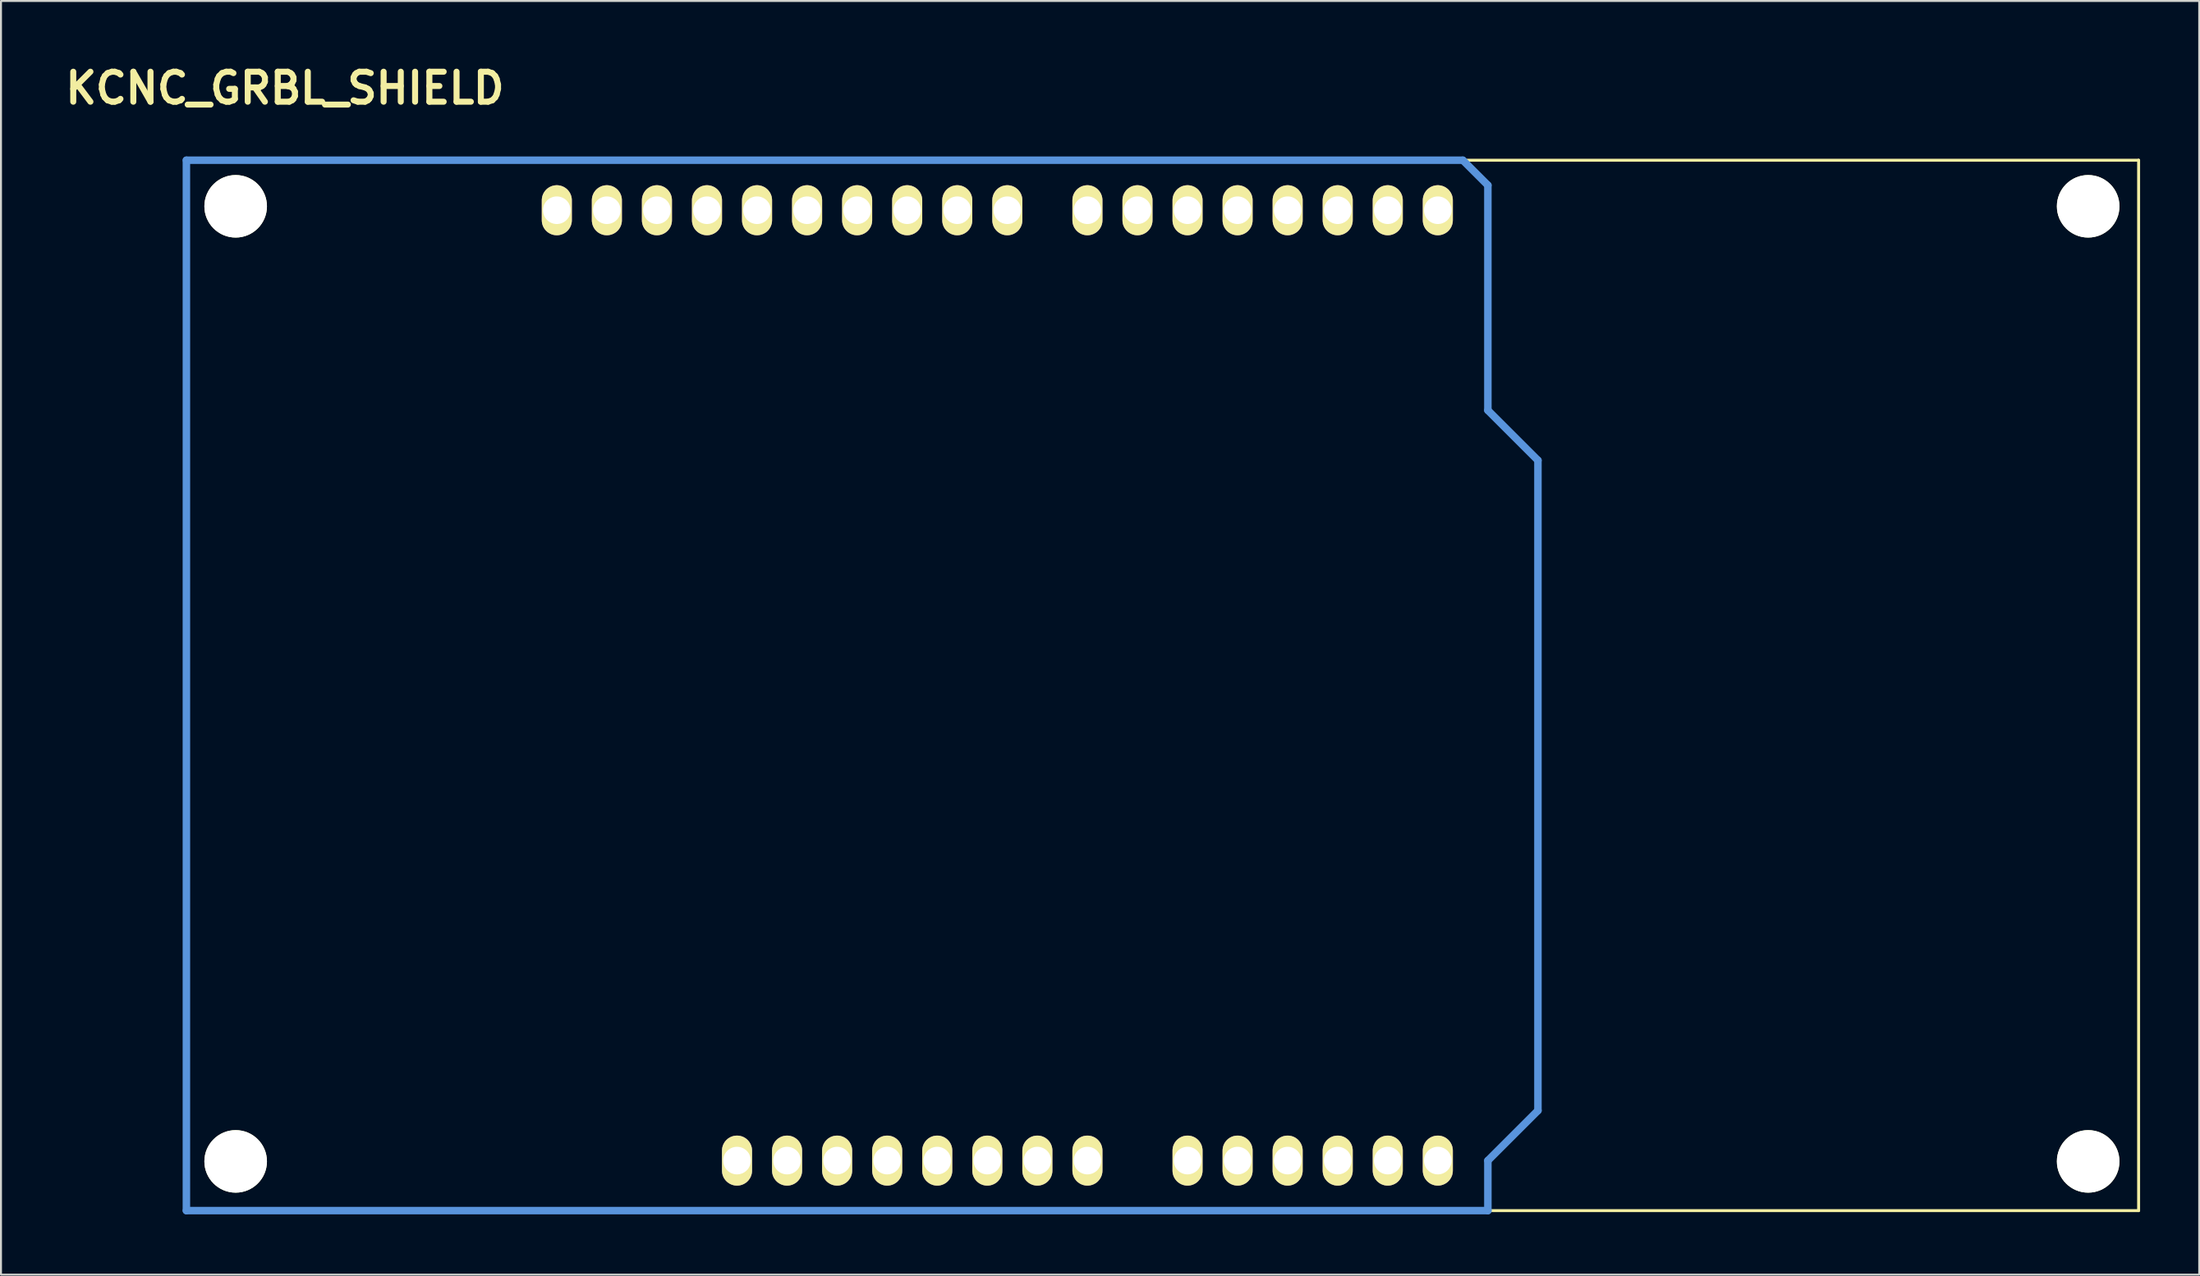
<source format=kicad_pcb>
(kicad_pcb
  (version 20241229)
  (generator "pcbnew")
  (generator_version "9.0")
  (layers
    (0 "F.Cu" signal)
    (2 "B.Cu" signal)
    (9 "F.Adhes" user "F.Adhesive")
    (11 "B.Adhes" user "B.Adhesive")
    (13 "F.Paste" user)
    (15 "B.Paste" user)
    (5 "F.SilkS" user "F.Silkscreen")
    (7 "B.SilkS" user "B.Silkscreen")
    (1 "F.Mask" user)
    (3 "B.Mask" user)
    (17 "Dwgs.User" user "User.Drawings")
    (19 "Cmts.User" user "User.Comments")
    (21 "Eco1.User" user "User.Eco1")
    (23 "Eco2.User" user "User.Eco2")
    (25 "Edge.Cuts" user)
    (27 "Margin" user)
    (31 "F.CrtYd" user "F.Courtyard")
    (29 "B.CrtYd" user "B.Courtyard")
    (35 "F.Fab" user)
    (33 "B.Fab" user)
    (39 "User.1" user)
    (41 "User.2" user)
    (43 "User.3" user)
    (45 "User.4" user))
  (footprint "KCNC_GRBL_SHIELD"
    (layer "F.Cu")
    (at 6.408 58.426)
    (property "Reference" "KCNC_GRBL_SHIELD" (at 5 -57 0) (layer "F.SilkS") (effects (font (size 1.524 1.524) (thickness 0.305))))
    (attr through_hole)
    (fp_line (start 0 -53.34) (end 0 0) (stroke (width 0.15) (type solid)) (layer "F.SilkS"))
    (fp_line (start 0 0) (end 99.06 0) (stroke (width 0.15) (type solid)) (layer "F.SilkS"))
    (fp_line (start 99.06 -53.34) (end 0 -53.34) (stroke (width 0.15) (type solid)) (layer "F.SilkS"))
    (fp_line (start 99.06 0) (end 99.06 -53.34) (stroke (width 0.15) (type solid)) (layer "F.SilkS"))
    (fp_line (start 0 0) (end 0 -53.34) (stroke (width 0.381) (type solid)) (layer "Cmts.User"))
    (fp_line (start 64.77 -53.34) (end 0 -53.34) (stroke (width 0.381) (type solid)) (layer "Cmts.User"))
    (fp_line (start 66.04 -52.07) (end 64.77 -53.34) (stroke (width 0.381) (type solid)) (layer "Cmts.User"))
    (fp_line (start 66.04 -40.64) (end 66.04 -52.07) (stroke (width 0.381) (type solid)) (layer "Cmts.User"))
    (fp_line (start 66.04 -40.64) (end 68.58 -38.1) (stroke (width 0.381) (type solid)) (layer "Cmts.User"))
    (fp_line (start 66.04 -2.54) (end 66.04 0) (stroke (width 0.381) (type solid)) (layer "Cmts.User"))
    (fp_line (start 66.04 0) (end 0 0) (stroke (width 0.381) (type solid)) (layer "Cmts.User"))
    (fp_line (start 68.58 -38.1) (end 68.58 -5.08) (stroke (width 0.381) (type solid)) (layer "Cmts.User"))
    (fp_line (start 68.58 -5.08) (end 66.04 -2.54) (stroke (width 0.381) (type solid)) (layer "Cmts.User"))
    (pad "" np_thru_hole circle (at 2.5 -51 90) (size 3.175 3.175) (drill 3.175) (layers "*.Cu" "*.Mask" "F.SilkS"))
    (pad "" np_thru_hole circle (at 2.5 -2.5 90) (size 3.175 3.175) (drill 3.175) (layers "*.Cu" "*.Mask" "F.SilkS"))
    (pad "" np_thru_hole circle (at 96.5 -51 90) (size 3.175 3.175) (drill 3.175) (layers "*.Cu" "*.Mask" "F.SilkS"))
    (pad "" np_thru_hole circle (at 96.5 -2.5 90) (size 3.175 3.175) (drill 3.175) (layers "*.Cu" "*.Mask" "F.SilkS"))
    (pad "0" thru_hole oval (at 63.5 -50.8 90) (size 2.54 1.524) (drill 1.4) (layers "*.Cu" "*.Mask" "F.SilkS"))
    (pad "1" thru_hole oval (at 60.96 -50.8 90) (size 2.54 1.524) (drill 1.4) (layers "*.Cu" "*.Mask" "F.SilkS"))
    (pad "2" thru_hole oval (at 58.42 -50.8 90) (size 2.54 1.524) (drill 1.4) (layers "*.Cu" "*.Mask" "F.SilkS"))
    (pad "3" thru_hole oval (at 55.88 -50.8 90) (size 2.54 1.524) (drill 1.4) (layers "*.Cu" "*.Mask" "F.SilkS"))
    (pad "3V3" thru_hole oval (at 35.56 -2.54 90) (size 2.54 1.524) (drill 1.4) (layers "*.Cu" "*.Mask" "F.SilkS"))
    (pad "4" thru_hole oval (at 53.34 -50.8 90) (size 2.54 1.524) (drill 1.4) (layers "*.Cu" "*.Mask" "F.SilkS"))
    (pad "5" thru_hole oval (at 50.8 -50.8 90) (size 2.54 1.524) (drill 1.4) (layers "*.Cu" "*.Mask" "F.SilkS"))
    (pad "5V" thru_hole oval (at 38.1 -2.54 90) (size 2.54 1.524) (drill 1.4) (layers "*.Cu" "*.Mask" "F.SilkS"))
    (pad "6" thru_hole oval (at 48.26 -50.8 90) (size 2.54 1.524) (drill 1.4) (layers "*.Cu" "*.Mask" "F.SilkS"))
    (pad "7" thru_hole oval (at 45.72 -50.8 90) (size 2.54 1.524) (drill 1.4) (layers "*.Cu" "*.Mask" "F.SilkS"))
    (pad "8" thru_hole oval (at 41.656 -50.8 90) (size 2.54 1.524) (drill 1.4) (layers "*.Cu" "*.Mask" "F.SilkS"))
    (pad "9" thru_hole oval (at 39.116 -50.8 90) (size 2.54 1.524) (drill 1.4) (layers "*.Cu" "*.Mask" "F.SilkS"))
    (pad "10" thru_hole oval (at 36.576 -50.8 90) (size 2.54 1.524) (drill 1.4) (layers "*.Cu" "*.Mask" "F.SilkS"))
    (pad "11" thru_hole oval (at 34.036 -50.8 90) (size 2.54 1.524) (drill 1.4) (layers "*.Cu" "*.Mask" "F.SilkS"))
    (pad "12" thru_hole oval (at 31.496 -50.8 90) (size 2.54 1.524) (drill 1.4) (layers "*.Cu" "*.Mask" "F.SilkS"))
    (pad "13" thru_hole oval (at 28.956 -50.8 90) (size 2.54 1.524) (drill 1.4) (layers "*.Cu" "*.Mask" "F.SilkS"))
    (pad "AD0" thru_hole oval (at 50.8 -2.54 90) (size 2.54 1.524) (drill 1.4) (layers "*.Cu" "*.Mask" "F.SilkS"))
    (pad "AD1" thru_hole oval (at 53.34 -2.54 90) (size 2.54 1.524) (drill 1.4) (layers "*.Cu" "*.Mask" "F.SilkS"))
    (pad "AD2" thru_hole oval (at 55.88 -2.54 90) (size 2.54 1.524) (drill 1.4) (layers "*.Cu" "*.Mask" "F.SilkS"))
    (pad "AD3" thru_hole oval (at 58.42 -2.54 90) (size 2.54 1.524) (drill 1.4) (layers "*.Cu" "*.Mask" "F.SilkS"))
    (pad "AD4" thru_hole oval (at 60.96 -2.54 90) (size 2.54 1.524) (drill 1.4) (layers "*.Cu" "*.Mask" "F.SilkS"))
    (pad "AD5" thru_hole oval (at 63.5 -2.54 90) (size 2.54 1.524) (drill 1.4) (layers "*.Cu" "*.Mask" "F.SilkS"))
    (pad "AREF" thru_hole oval (at 23.876 -50.8 90) (size 2.54 1.524) (drill 1.4) (layers "*.Cu" "*.Mask" "F.SilkS"))
    (pad "GND1" thru_hole oval (at 40.64 -2.54 90) (size 2.54 1.524) (drill 1.4) (layers "*.Cu" "*.Mask" "F.SilkS"))
    (pad "GND2" thru_hole oval (at 43.18 -2.54 90) (size 2.54 1.524) (drill 1.4) (layers "*.Cu" "*.Mask" "F.SilkS"))
    (pad "GND3" thru_hole oval (at 26.416 -50.8 90) (size 2.54 1.524) (drill 1.4) (layers "*.Cu" "*.Mask" "F.SilkS"))
    (pad "IO_R" thru_hole oval (at 30.48 -2.54 90) (size 2.54 1.524) (drill 1.4) (layers "*.Cu" "*.Mask" "F.SilkS"))
    (pad "NC" thru_hole oval (at 27.94 -2.54 90) (size 2.54 1.524) (drill 1.4) (layers "*.Cu" "*.Mask" "F.SilkS"))
    (pad "RST" thru_hole oval (at 33.02 -2.54 90) (size 2.54 1.524) (drill 1.4) (layers "*.Cu" "*.Mask" "F.SilkS"))
    (pad "SCL" thru_hole oval (at 18.796 -50.8 90) (size 2.54 1.524) (drill 1.4) (layers "*.Cu" "*.Mask" "F.SilkS"))
    (pad "SDA" thru_hole oval (at 21.336 -50.8 90) (size 2.54 1.524) (drill 1.4) (layers "*.Cu" "*.Mask" "F.SilkS"))
    (pad "V_IN" thru_hole oval (at 45.72 -2.54 90) (size 2.54 1.524) (drill 1.4) (layers "*.Cu" "*.Mask" "F.SilkS")))
  (gr_rect
    (start -3 -3)
    (end 108.543 61.676)
    (stroke (width 0.1) (type default))
    (fill no)
    (layer "Edge.Cuts")))
</source>
